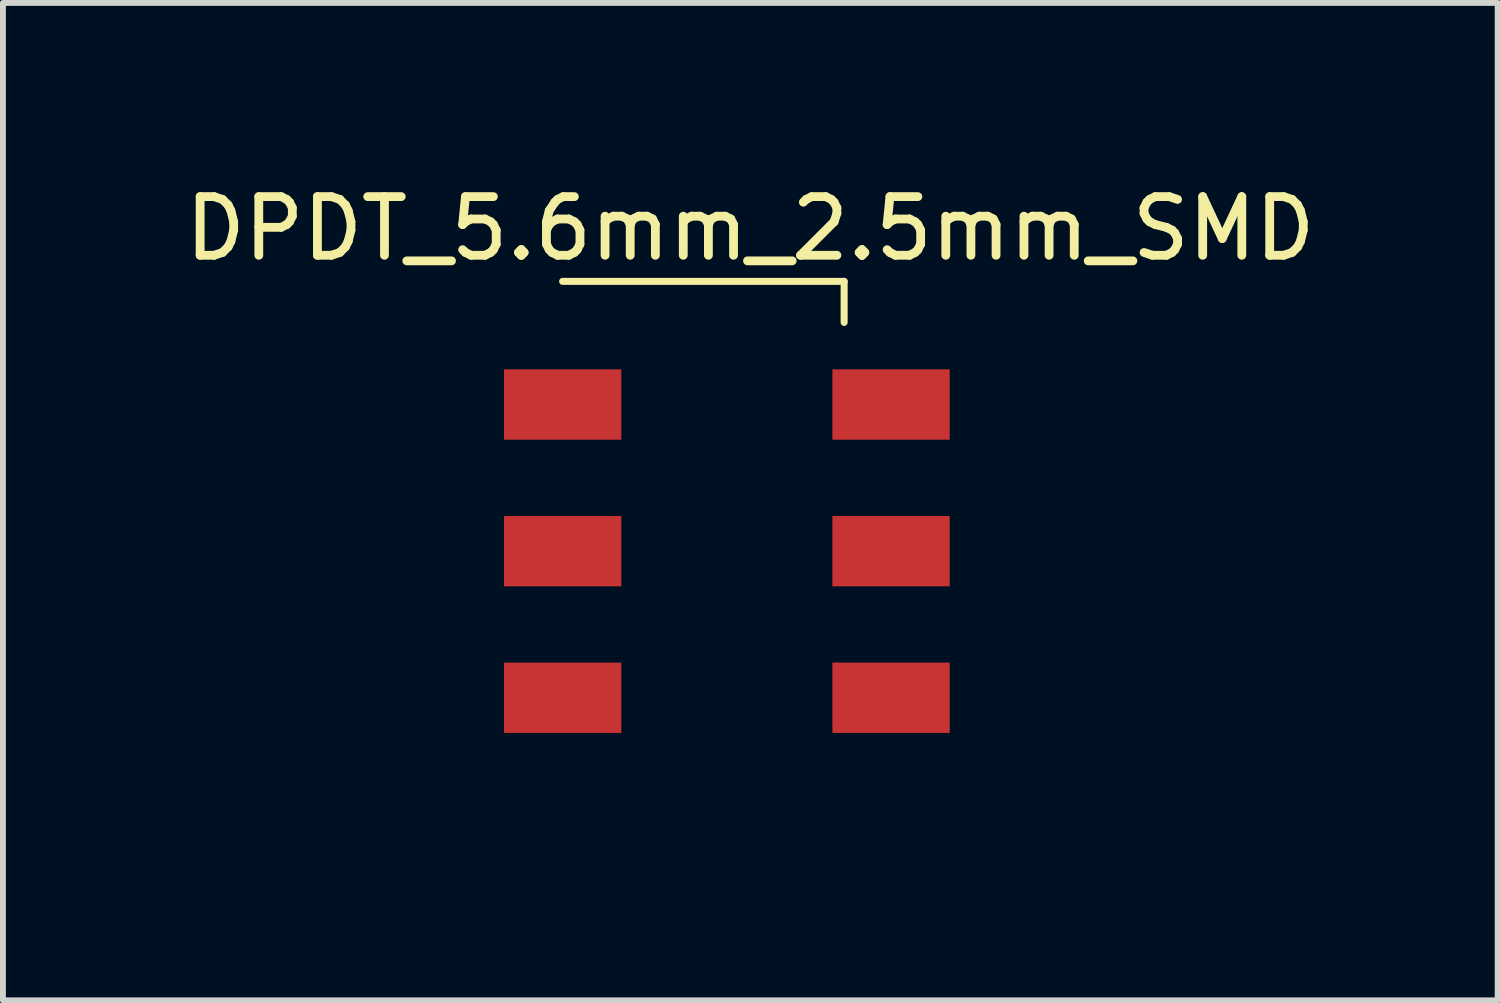
<source format=kicad_pcb>
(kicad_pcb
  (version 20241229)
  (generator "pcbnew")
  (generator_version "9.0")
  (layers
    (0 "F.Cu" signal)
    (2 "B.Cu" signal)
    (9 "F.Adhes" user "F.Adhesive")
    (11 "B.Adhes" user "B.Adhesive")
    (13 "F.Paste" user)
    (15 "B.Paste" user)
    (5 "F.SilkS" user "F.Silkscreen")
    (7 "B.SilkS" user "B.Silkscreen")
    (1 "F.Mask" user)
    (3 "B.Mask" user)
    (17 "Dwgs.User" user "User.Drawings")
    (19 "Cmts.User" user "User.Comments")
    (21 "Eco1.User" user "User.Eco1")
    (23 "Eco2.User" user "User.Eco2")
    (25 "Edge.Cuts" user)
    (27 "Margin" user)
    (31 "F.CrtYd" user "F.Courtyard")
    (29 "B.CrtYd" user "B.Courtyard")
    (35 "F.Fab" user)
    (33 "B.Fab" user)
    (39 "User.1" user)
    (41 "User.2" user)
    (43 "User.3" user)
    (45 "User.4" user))
  (footprint "DPDT_5.6mm_2.5mm_SMD"
    (layer "F.Cu")
    (at 6.544 3.848)
    (property "Reference" "DPDT_5.6mm_2.5mm_SMD" (at 3.2 -3 0) (layer "F.SilkS") (effects (font (size 1 1) (thickness 0.15))))
    (attr through_hole)
    (fp_line (start 4.8 -2.1) (end 0 -2.1) (stroke (width 0.12) (type solid)) (layer "F.SilkS"))
    (fp_line (start 4.8 -2.1) (end 4.8 -1.4) (stroke (width 0.12) (type solid)) (layer "F.SilkS"))
    (fp_line (start 0.8 6.4) (end 0.8 7.1) (stroke (width 0.12) (type solid)) (layer "B.Paste"))
    (fp_line (start 4.8 7.1) (end 0.8 7.1) (stroke (width 0.12) (type solid)) (layer "B.Paste"))
    (fp_line (start 4.8 7.1) (end 4.8 6.4) (stroke (width 0.12) (type solid)) (layer "B.Paste"))
    (pad "1" smd rect (at 0 0) (size 2 1.2) (layers "F.Cu" "F.Mask" "F.Paste"))
    (pad "2" smd rect (at 0 2.5) (size 2 1.2) (layers "F.Cu" "F.Mask" "F.Paste"))
    (pad "3" smd rect (at 0 5) (size 2 1.2) (layers "F.Cu" "F.Mask" "F.Paste"))
    (pad "4" smd rect (at 5.6 0) (size 2 1.2) (layers "F.Cu" "F.Mask" "F.Paste"))
    (pad "5" smd rect (at 5.6 2.5) (size 2 1.2) (layers "F.Cu" "F.Mask" "F.Paste"))
    (pad "6" smd rect (at 5.6 5) (size 2 1.2) (layers "F.Cu" "F.Mask" "F.Paste")))
  (gr_rect
    (start -3 -3)
    (end 22.488 14.008)
    (stroke (width 0.1) (type default))
    (fill no)
    (layer "Edge.Cuts")))
</source>
